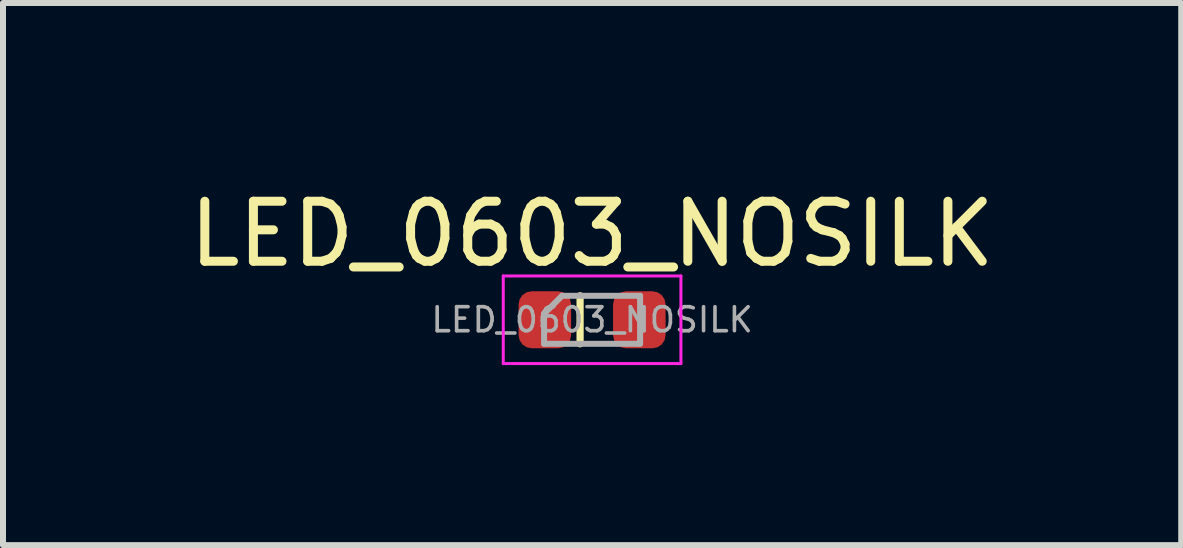
<source format=kicad_pcb>
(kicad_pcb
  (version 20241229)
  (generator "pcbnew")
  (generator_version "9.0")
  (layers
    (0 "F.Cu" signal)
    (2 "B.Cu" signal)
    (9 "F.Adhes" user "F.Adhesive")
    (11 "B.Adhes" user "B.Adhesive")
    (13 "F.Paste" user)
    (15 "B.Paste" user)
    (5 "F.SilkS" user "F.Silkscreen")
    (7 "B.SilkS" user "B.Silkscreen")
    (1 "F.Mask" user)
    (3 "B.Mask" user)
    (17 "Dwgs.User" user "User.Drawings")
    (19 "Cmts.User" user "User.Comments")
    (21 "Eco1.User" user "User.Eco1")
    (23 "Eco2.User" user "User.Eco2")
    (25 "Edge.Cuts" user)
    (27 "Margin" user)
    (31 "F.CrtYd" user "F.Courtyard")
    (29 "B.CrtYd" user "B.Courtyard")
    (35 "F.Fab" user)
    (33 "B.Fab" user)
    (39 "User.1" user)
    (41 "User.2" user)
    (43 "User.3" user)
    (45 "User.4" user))
  (footprint "LED_0603_NOSILK"
    (layer "F.Cu")
    (at 6.815 2.278)
    (property "Reference" "LED_0603_NOSILK" (at 0 -1.43 0) (layer "F.SilkS") (effects (font (size 1 1) (thickness 0.15))))
    (attr smd)
    (fp_line (start -0.2 -0.4) (end -0.2 0.4) (stroke (width 0.12) (type solid)) (layer "F.SilkS"))
    (fp_line (start -1.48 -0.73) (end 1.48 -0.73) (stroke (width 0.05) (type solid)) (layer "F.CrtYd"))
    (fp_line (start -1.48 0.73) (end -1.48 -0.73) (stroke (width 0.05) (type solid)) (layer "F.CrtYd"))
    (fp_line (start 1.48 -0.73) (end 1.48 0.73) (stroke (width 0.05) (type solid)) (layer "F.CrtYd"))
    (fp_line (start 1.48 0.73) (end -1.48 0.73) (stroke (width 0.05) (type solid)) (layer "F.CrtYd"))
    (fp_line (start -0.8 -0.1) (end -0.8 0.4) (stroke (width 0.1) (type solid)) (layer "F.Fab"))
    (fp_line (start -0.8 0.4) (end 0.8 0.4) (stroke (width 0.1) (type solid)) (layer "F.Fab"))
    (fp_line (start -0.5 -0.4) (end -0.8 -0.1) (stroke (width 0.1) (type solid)) (layer "F.Fab"))
    (fp_line (start 0.8 -0.4) (end -0.5 -0.4) (stroke (width 0.1) (type solid)) (layer "F.Fab"))
    (fp_line (start 0.8 0.4) (end 0.8 -0.4) (stroke (width 0.1) (type solid)) (layer "F.Fab"))
    (fp_text user "${REFERENCE}" (at 0 0 0) (layer "F.Fab") (effects (font (size 0.4 0.4) (thickness 0.06))))
    (pad "1" smd roundrect (at -0.787 0) (size 0.875 0.95) (layers "F.Cu" "F.Mask" "F.Paste") (roundrect_rratio 0.25))
    (pad "2" smd roundrect (at 0.787 0) (size 0.875 0.95) (layers "F.Cu" "F.Mask" "F.Paste") (roundrect_rratio 0.25)))
  (gr_rect
    (start -3 -3)
    (end 16.631 6.033)
    (stroke (width 0.1) (type default))
    (fill no)
    (layer "Edge.Cuts")))
</source>
